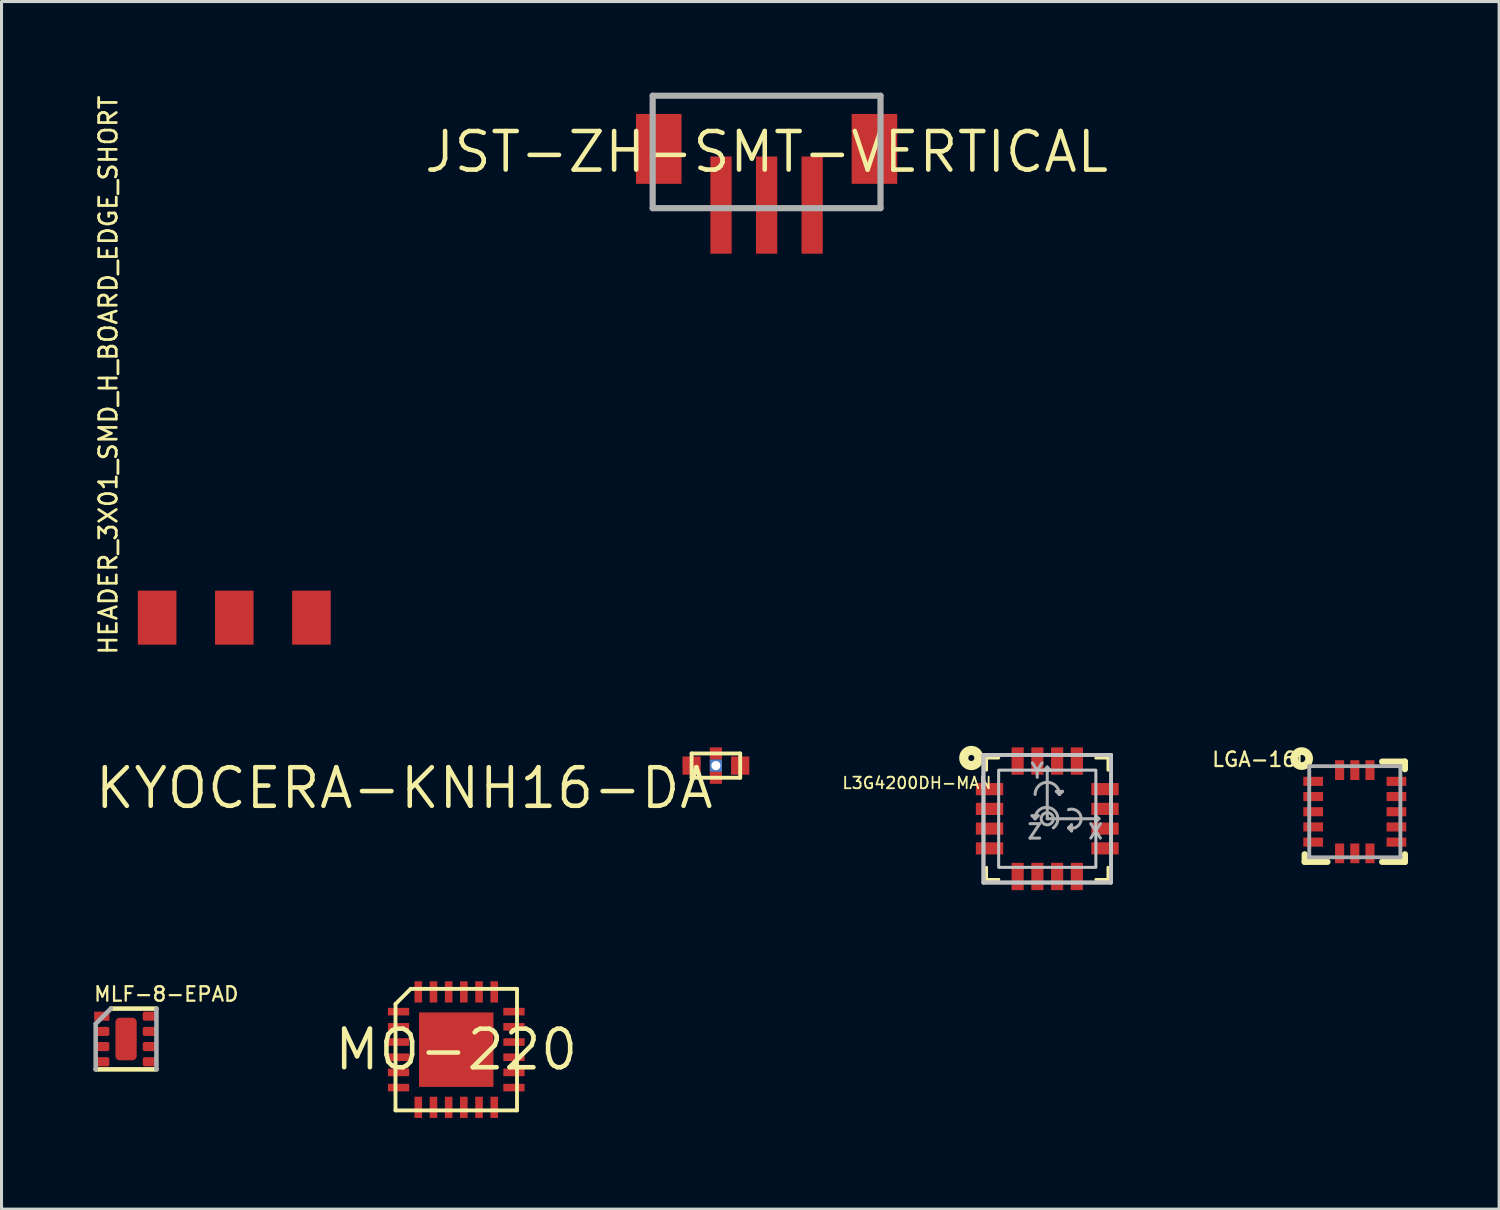
<source format=kicad_pcb>
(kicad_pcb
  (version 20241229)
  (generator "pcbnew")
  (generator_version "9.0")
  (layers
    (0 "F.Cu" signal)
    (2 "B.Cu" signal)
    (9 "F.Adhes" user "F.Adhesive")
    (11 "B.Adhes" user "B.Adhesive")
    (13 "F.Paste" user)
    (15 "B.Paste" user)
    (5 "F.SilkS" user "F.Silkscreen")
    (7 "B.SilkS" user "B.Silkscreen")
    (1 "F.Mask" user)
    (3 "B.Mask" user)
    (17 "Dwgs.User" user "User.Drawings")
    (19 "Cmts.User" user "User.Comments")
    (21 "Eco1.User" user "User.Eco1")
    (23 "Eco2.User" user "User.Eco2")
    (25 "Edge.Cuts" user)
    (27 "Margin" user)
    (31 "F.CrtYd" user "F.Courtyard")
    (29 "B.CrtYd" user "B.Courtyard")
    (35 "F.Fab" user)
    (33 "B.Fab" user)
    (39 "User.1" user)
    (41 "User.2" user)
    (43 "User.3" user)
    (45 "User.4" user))
  (footprint "L3G4200DH-MAN"
    (layer "F.Cu")
    (at 31.424 23.902)
    (property "Reference" "L3G4200DH-MAN" (at -1.8 -1.4 0) (layer "F.SilkS") (effects (font (size 0.38 0.38) (thickness 0.06)) (justify right top)))
    (attr through_hole)
    (fp_line (start -2 -1.6) (end -2 -2) (stroke (width 0.1) (type solid)) (layer "F.SilkS"))
    (fp_line (start -2 2) (end -2 1.6) (stroke (width 0.1) (type solid)) (layer "F.SilkS"))
    (fp_line (start -1.6 -2) (end -2 -2) (stroke (width 0.1) (type solid)) (layer "F.SilkS"))
    (fp_line (start -1.6 2) (end -2 2) (stroke (width 0.1) (type solid)) (layer "F.SilkS"))
    (fp_line (start -1.6 2) (end -2 2) (stroke (width 0.1) (type solid)) (layer "F.SilkS"))
    (fp_line (start 2 -2) (end 1.6 -2) (stroke (width 0.1) (type solid)) (layer "F.SilkS"))
    (fp_line (start 2 -2) (end 2 -1.6) (stroke (width 0.1) (type solid)) (layer "F.SilkS"))
    (fp_line (start 2 1.6) (end 2 2) (stroke (width 0.1) (type solid)) (layer "F.SilkS"))
    (fp_line (start 2 2) (end 1.6 2) (stroke (width 0.1) (type solid)) (layer "F.SilkS"))
    (fp_circle (center -2.5 -2) (end -2.4 -2) (stroke (width 0.3) (type solid)) (fill no) (layer "F.SilkS"))
    (fp_line (start -2.1 -2.1) (end 2.1 -2.1) (stroke (width 0.001) (type solid)) (layer "Dwgs.User"))
    (fp_line (start -2.1 -2.1) (end 2.1 -2.1) (stroke (width 0.127) (type solid)) (layer "Dwgs.User"))
    (fp_line (start -2.1 2.1) (end -2.1 -2.1) (stroke (width 0.001) (type solid)) (layer "Dwgs.User"))
    (fp_line (start -2.1 2.1) (end -2.1 -2.1) (stroke (width 0.127) (type solid)) (layer "Dwgs.User"))
    (fp_line (start 2.1 -2.1) (end 2.1 2.1) (stroke (width 0.001) (type solid)) (layer "Dwgs.User"))
    (fp_line (start 2.1 -2.1) (end 2.1 2.1) (stroke (width 0.127) (type solid)) (layer "Dwgs.User"))
    (fp_line (start 2.1 2.1) (end -2.1 2.1) (stroke (width 0.001) (type solid)) (layer "Dwgs.User"))
    (fp_line (start 2.1 2.1) (end -2.1 2.1) (stroke (width 0.127) (type solid)) (layer "Dwgs.User"))
    (fp_poly (pts (xy -1.6 1.6) (xy 1.6 1.6) (xy 1.6 -1.6) (xy -1.6 -1.6)) (stroke (width 0.1) (type solid)) (fill no) (layer "Dwgs.User"))
    (fp_line (start -2.1 -2.1) (end 2.1 -2.1) (stroke (width 0.127) (type solid)) (layer "F.Fab"))
    (fp_line (start -2.1 2.1) (end -2.1 -2.1) (stroke (width 0.127) (type solid)) (layer "F.Fab"))
    (fp_line (start -0.5 -0.1) (end -0.3 -0.1) (stroke (width 0.1) (type solid)) (layer "F.Fab"))
    (fp_line (start -0.4 0) (end -0.5 -0.1) (stroke (width 0.1) (type solid)) (layer "F.Fab"))
    (fp_line (start -0.3 -0.1) (end -0.4 0) (stroke (width 0.1) (type solid)) (layer "F.Fab"))
    (fp_line (start -0.1 -1.6) (end 0 -1.7) (stroke (width 0.1) (type solid)) (layer "F.Fab"))
    (fp_line (start 0 -1.7) (end 0.1 -1.6) (stroke (width 0.1) (type solid)) (layer "F.Fab"))
    (fp_line (start 0 0) (end 0 -1.7) (stroke (width 0.1) (type solid)) (layer "F.Fab"))
    (fp_line (start 0 0) (end 1.7 0) (stroke (width 0.1) (type solid)) (layer "F.Fab"))
    (fp_line (start 0.1 -1.6) (end -0.1 -1.6) (stroke (width 0.1) (type solid)) (layer "F.Fab"))
    (fp_line (start 0.3 -0.9) (end 0.5 -0.9) (stroke (width 0.1) (type solid)) (layer "F.Fab"))
    (fp_line (start 0.4 -0.8) (end 0.3 -0.9) (stroke (width 0.1) (type solid)) (layer "F.Fab"))
    (fp_line (start 0.5 -0.9) (end 0.4 -0.8) (stroke (width 0.1) (type solid)) (layer "F.Fab"))
    (fp_line (start 0.7 0.3) (end 0.8 0.2) (stroke (width 0.1) (type solid)) (layer "F.Fab"))
    (fp_line (start 0.8 0.2) (end 0.8 0.4) (stroke (width 0.1) (type solid)) (layer "F.Fab"))
    (fp_line (start 0.8 0.4) (end 0.7 0.3) (stroke (width 0.1) (type solid)) (layer "F.Fab"))
    (fp_line (start 1.6 -0.1) (end 1.6 0.1) (stroke (width 0.1) (type solid)) (layer "F.Fab"))
    (fp_line (start 1.6 0.1) (end 1.7 0) (stroke (width 0.1) (type solid)) (layer "F.Fab"))
    (fp_line (start 1.7 0) (end 1.6 -0.1) (stroke (width 0.1) (type solid)) (layer "F.Fab"))
    (fp_line (start 2.1 -2.1) (end 2.1 2.1) (stroke (width 0.127) (type solid)) (layer "F.Fab"))
    (fp_line (start 2.1 2.1) (end -2.1 2.1) (stroke (width 0.127) (type solid)) (layer "F.Fab"))
    (fp_arc (start -0.4 -0.8) (mid 0 -1.2) (end 0.4 -0.8) (stroke (width 0.1) (type solid)) (layer "F.Fab"))
    (fp_arc (start -0.4 0) (mid 0.142705 -0.33541) (end 0.2 0.3) (stroke (width 0.1) (type solid)) (layer "F.Fab"))
    (fp_arc (start 0.7 -0.3) (mid 1.116228 0) (end 0.7 0.3) (stroke (width 0.1) (type solid)) (layer "F.Fab"))
    (fp_circle (center 0 0) (end 0.2 0) (stroke (width 0.1) (type solid)) (fill no) (layer "F.Fab"))
    (fp_text user "Z" (at -0.7 0.7 0) (layer "F.Fab") (effects (font (size 0.475 0.475) (thickness 0.1)) (justify left bottom)))
    (fp_text user "Y" (at -0.6 -1.3 0) (layer "F.Fab") (effects (font (size 0.475 0.475) (thickness 0.1)) (justify left bottom)))
    (fp_text user "X" (at 1.3 0.7 0) (layer "F.Fab") (effects (font (size 0.475 0.475) (thickness 0.1)) (justify left bottom)))
    (pad "1" smd rect (at -1.9 -0.975) (size 0.9 0.4) (layers "F.Cu" "F.Mask" "F.Paste"))
    (pad "2" smd rect (at -1.9 -0.325) (size 0.9 0.4) (layers "F.Cu" "F.Mask" "F.Paste"))
    (pad "3" smd rect (at -1.9 0.325) (size 0.9 0.4) (layers "F.Cu" "F.Mask" "F.Paste"))
    (pad "4" smd rect (at -1.9 0.975) (size 0.9 0.4) (layers "F.Cu" "F.Mask" "F.Paste"))
    (pad "5" smd rect (at -0.975 1.9) (size 0.4 0.9) (layers "F.Cu" "F.Mask" "F.Paste"))
    (pad "6" smd rect (at -0.325 1.9) (size 0.4 0.9) (layers "F.Cu" "F.Mask" "F.Paste"))
    (pad "7" smd rect (at 0.325 1.9) (size 0.4 0.9) (layers "F.Cu" "F.Mask" "F.Paste"))
    (pad "8" smd rect (at 0.975 1.9) (size 0.4 0.9) (layers "F.Cu" "F.Mask" "F.Paste"))
    (pad "9" smd rect (at 1.9 0.975) (size 0.9 0.4) (layers "F.Cu" "F.Mask" "F.Paste"))
    (pad "10" smd rect (at 1.9 0.325) (size 0.9 0.4) (layers "F.Cu" "F.Mask" "F.Paste"))
    (pad "11" smd rect (at 1.9 -0.325) (size 0.9 0.4) (layers "F.Cu" "F.Mask" "F.Paste"))
    (pad "12" smd rect (at 1.9 -0.975) (size 0.9 0.4) (layers "F.Cu" "F.Mask" "F.Paste"))
    (pad "13" smd rect (at 0.975 -1.9) (size 0.4 0.9) (layers "F.Cu" "F.Mask" "F.Paste"))
    (pad "14" smd rect (at 0.325 -1.9) (size 0.4 0.9) (layers "F.Cu" "F.Mask" "F.Paste"))
    (pad "15" smd rect (at -0.325 -1.9) (size 0.4 0.9) (layers "F.Cu" "F.Mask" "F.Paste"))
    (pad "16" smd rect (at -0.975 -1.9) (size 0.4 0.9) (layers "F.Cu" "F.Mask" "F.Paste")))
  (footprint "KYOCERA-KNH16-DA"
    (layer "F.Cu")
    (at 20.516 22.152)
    (property "Reference" "KYOCERA-KNH16-DA" (at 0 0 0) (layer "F.SilkS") (effects (font (size 1.27 1.27) (thickness 0.15)) (justify right top)))
    (attr through_hole)
    (fp_line (start -0.8 -0.4) (end 0.8 -0.4) (stroke (width 0.127) (type solid)) (layer "F.SilkS"))
    (fp_line (start -0.8 0.4) (end -0.8 -0.4) (stroke (width 0.127) (type solid)) (layer "F.SilkS"))
    (fp_line (start 0.8 -0.4) (end 0.8 0.4) (stroke (width 0.127) (type solid)) (layer "F.SilkS"))
    (fp_line (start 0.8 0.4) (end -0.8 0.4) (stroke (width 0.127) (type solid)) (layer "F.SilkS"))
    (pad "P$1" smd rect (at -0.8 0) (size 0.6 0.6) (layers "F.Cu" "F.Mask" "F.Paste"))
    (pad "P$2" smd rect (at 0.8 0) (size 0.6 0.6) (layers "F.Cu" "F.Mask" "F.Paste"))
    (pad "P$3" smd rect (at 0 0.4) (size 0.4 0.4) (layers "F.Cu" "F.Mask" "F.Paste"))
    (pad "P$4" smd rect (at 0 -0.4) (size 0.4 0.4) (layers "F.Cu" "F.Mask" "F.Paste"))
    (pad "P$5" thru_hole rect (at 0 0) (size 0.4 0.4) (drill 0.3) (layers "*.Cu" "*.Mask")))
  (footprint "MO-220"
    (layer "F.Cu")
    (at 11.969 31.502)
    (property "Reference" "MO-220" (at 0 0 0) (layer "F.SilkS") (effects (font (size 1.27 1.27) (thickness 0.15))))
    (attr through_hole)
    (fp_line (start -2 -1.5) (end -2 2) (stroke (width 0.127) (type solid)) (layer "F.SilkS"))
    (fp_line (start -2 2) (end 2 2) (stroke (width 0.127) (type solid)) (layer "F.SilkS"))
    (fp_line (start -1.5 -2) (end -2 -1.5) (stroke (width 0.127) (type solid)) (layer "F.SilkS"))
    (fp_line (start 2 -2) (end -1.5 -2) (stroke (width 0.127) (type solid)) (layer "F.SilkS"))
    (fp_line (start 2 2) (end 2 -2) (stroke (width 0.127) (type solid)) (layer "F.SilkS"))
    (fp_poly (pts (xy -0.5 0.5) (xy 0.5 0.5) (xy 0.5 -0.5) (xy -0.5 -0.5)) (stroke (width 0) (type solid)) (fill yes) (layer "F.Paste"))
    (pad "P$1" smd rect (at -1.9 -1.25 90) (size 0.25 0.7) (layers "F.Cu" "F.Mask" "F.Paste"))
    (pad "P$2" smd rect (at -1.9 -0.75 90) (size 0.25 0.7) (layers "F.Cu" "F.Mask" "F.Paste"))
    (pad "P$3" smd rect (at -1.9 -0.25 90) (size 0.25 0.7) (layers "F.Cu" "F.Mask" "F.Paste"))
    (pad "P$4" smd rect (at -1.9 0.25 90) (size 0.25 0.7) (layers "F.Cu" "F.Mask" "F.Paste"))
    (pad "P$5" smd rect (at -1.9 0.75 90) (size 0.25 0.7) (layers "F.Cu" "F.Mask" "F.Paste"))
    (pad "P$6" smd rect (at -1.9 1.25 90) (size 0.25 0.7) (layers "F.Cu" "F.Mask" "F.Paste"))
    (pad "P$7" smd rect (at -1.25 1.9 180) (size 0.25 0.7) (layers "F.Cu" "F.Mask" "F.Paste"))
    (pad "P$8" smd rect (at -0.75 1.9 180) (size 0.25 0.7) (layers "F.Cu" "F.Mask" "F.Paste"))
    (pad "P$9" smd rect (at -0.25 1.9 180) (size 0.25 0.7) (layers "F.Cu" "F.Mask" "F.Paste"))
    (pad "P$10" smd rect (at 0.25 1.9 180) (size 0.25 0.7) (layers "F.Cu" "F.Mask" "F.Paste"))
    (pad "P$11" smd rect (at 0.75 1.9 180) (size 0.25 0.7) (layers "F.Cu" "F.Mask" "F.Paste"))
    (pad "P$12" smd rect (at 1.25 1.9 180) (size 0.25 0.7) (layers "F.Cu" "F.Mask" "F.Paste"))
    (pad "P$13" smd rect (at 1.9 1.25 270) (size 0.25 0.7) (layers "F.Cu" "F.Mask" "F.Paste"))
    (pad "P$14" smd rect (at 1.9 0.75 270) (size 0.25 0.7) (layers "F.Cu" "F.Mask" "F.Paste"))
    (pad "P$15" smd rect (at 1.9 0.25 270) (size 0.25 0.7) (layers "F.Cu" "F.Mask" "F.Paste"))
    (pad "P$16" smd rect (at 1.9 -0.25 270) (size 0.25 0.7) (layers "F.Cu" "F.Mask" "F.Paste"))
    (pad "P$17" smd rect (at 1.9 -0.75 270) (size 0.25 0.7) (layers "F.Cu" "F.Mask" "F.Paste"))
    (pad "P$18" smd rect (at 1.9 -1.25 270) (size 0.25 0.7) (layers "F.Cu" "F.Mask" "F.Paste"))
    (pad "P$19" smd rect (at 1.25 -1.9) (size 0.25 0.7) (layers "F.Cu" "F.Mask" "F.Paste"))
    (pad "P$20" smd rect (at 0.75 -1.9) (size 0.25 0.7) (layers "F.Cu" "F.Mask" "F.Paste"))
    (pad "P$21" smd rect (at 0.25 -1.9) (size 0.25 0.7) (layers "F.Cu" "F.Mask" "F.Paste"))
    (pad "P$22" smd rect (at -0.25 -1.9) (size 0.25 0.7) (layers "F.Cu" "F.Mask" "F.Paste"))
    (pad "P$23" smd rect (at -0.75 -1.9) (size 0.25 0.7) (layers "F.Cu" "F.Mask" "F.Paste"))
    (pad "P$24" smd rect (at -1.25 -1.9) (size 0.25 0.7) (layers "F.Cu" "F.Mask" "F.Paste"))
    (pad "P$25" smd rect (at 0 0) (size 2.45 2.45) (layers "F.Cu" "F.Mask")))
  (footprint "LGA-16L"
    (layer "F.Cu")
    (at 41.548 23.671)
    (property "Reference" "LGA-16L" (at -1.5 -2 0) (layer "F.SilkS") (effects (font (size 0.475 0.475) (thickness 0.075)) (justify right top)))
    (attr through_hole)
    (fp_line (start -1.65 1.4) (end -1.65 1.65) (stroke (width 0.203) (type solid)) (layer "F.SilkS"))
    (fp_line (start -1.65 1.65) (end -0.9 1.65) (stroke (width 0.203) (type solid)) (layer "F.SilkS"))
    (fp_line (start 0.9 -1.65) (end 1.65 -1.65) (stroke (width 0.203) (type solid)) (layer "F.SilkS"))
    (fp_line (start 0.9 1.65) (end 1.65 1.65) (stroke (width 0.203) (type solid)) (layer "F.SilkS"))
    (fp_line (start 1.65 -1.65) (end 1.65 -1.4) (stroke (width 0.203) (type solid)) (layer "F.SilkS"))
    (fp_line (start 1.65 1.65) (end 1.65 1.4) (stroke (width 0.203) (type solid)) (layer "F.SilkS"))
    (fp_circle (center -1.75 -1.75) (end -1.63 -1.75) (stroke (width 0.254) (type solid)) (fill no) (layer "F.SilkS"))
    (fp_line (start -1.5 -1.5) (end 1.5 -1.5) (stroke (width 0.127) (type solid)) (layer "F.Fab"))
    (fp_line (start -1.5 1.5) (end -1.5 -1.5) (stroke (width 0.127) (type solid)) (layer "F.Fab"))
    (fp_line (start 1.5 -1.5) (end 1.5 1.5) (stroke (width 0.127) (type solid)) (layer "F.Fab"))
    (fp_line (start 1.5 1.5) (end -1.5 1.5) (stroke (width 0.127) (type solid)) (layer "F.Fab"))
    (pad "1" smd rect (at -1.37 -1) (size 0.65 0.3) (layers "F.Cu" "F.Mask" "F.Paste"))
    (pad "2" smd rect (at -1.37 -0.5) (size 0.65 0.3) (layers "F.Cu" "F.Mask" "F.Paste"))
    (pad "3" smd rect (at -1.37 0) (size 0.65 0.3) (layers "F.Cu" "F.Mask" "F.Paste"))
    (pad "4" smd rect (at -1.37 0.5) (size 0.65 0.3) (layers "F.Cu" "F.Mask" "F.Paste"))
    (pad "5" smd rect (at -1.37 1) (size 0.65 0.3) (layers "F.Cu" "F.Mask" "F.Paste"))
    (pad "6" smd rect (at -0.5 1.37 90) (size 0.65 0.3) (layers "F.Cu" "F.Mask" "F.Paste"))
    (pad "7" smd rect (at 0 1.37 90) (size 0.65 0.3) (layers "F.Cu" "F.Mask" "F.Paste"))
    (pad "8" smd rect (at 0.5 1.37 90) (size 0.65 0.3) (layers "F.Cu" "F.Mask" "F.Paste"))
    (pad "9" smd rect (at 1.37 1 180) (size 0.65 0.3) (layers "F.Cu" "F.Mask" "F.Paste"))
    (pad "10" smd rect (at 1.37 0.5 180) (size 0.65 0.3) (layers "F.Cu" "F.Mask" "F.Paste"))
    (pad "11" smd rect (at 1.37 0 180) (size 0.65 0.3) (layers "F.Cu" "F.Mask" "F.Paste"))
    (pad "12" smd rect (at 1.37 -0.5 180) (size 0.65 0.3) (layers "F.Cu" "F.Mask" "F.Paste"))
    (pad "13" smd rect (at 1.37 -1 180) (size 0.65 0.3) (layers "F.Cu" "F.Mask" "F.Paste"))
    (pad "14" smd rect (at 0.5 -1.37 270) (size 0.65 0.3) (layers "F.Cu" "F.Mask" "F.Paste"))
    (pad "15" smd rect (at 0 -1.37 270) (size 0.65 0.3) (layers "F.Cu" "F.Mask" "F.Paste"))
    (pad "16" smd rect (at -0.5 -1.37 270) (size 0.65 0.3) (layers "F.Cu" "F.Mask" "F.Paste")))
  (footprint "JST-ZH-SMT-VERTICAL"
    (layer "F.Cu")
    (at 22.185 1.952)
    (property "Reference" "JST-ZH-SMT-VERTICAL" (at 0 0 0) (layer "F.SilkS") (effects (font (size 1.27 1.27) (thickness 0.15))))
    (attr through_hole)
    (fp_line (start -3.75 -1.85) (end 3.75 -1.85) (stroke (width 0.203) (type solid)) (layer "F.Fab"))
    (fp_line (start -3.75 1.85) (end -3.75 -1.85) (stroke (width 0.203) (type solid)) (layer "F.Fab"))
    (fp_line (start -3.75 1.85) (end 3.75 1.85) (stroke (width 0.203) (type solid)) (layer "F.Fab"))
    (fp_line (start 3.75 1.85) (end 3.75 -1.85) (stroke (width 0.203) (type solid)) (layer "F.Fab"))
    (pad "P$1" smd rect (at -1.5 1.75 270) (size 3.2 0.7) (layers "F.Cu" "F.Mask" "F.Paste"))
    (pad "P$2" smd rect (at 0 1.75 270) (size 3.2 0.7) (layers "F.Cu" "F.Mask" "F.Paste"))
    (pad "P$3" smd rect (at 1.5 1.75 270) (size 3.2 0.7) (layers "F.Cu" "F.Mask" "F.Paste"))
    (pad "P$4" smd rect (at 3.55 -0.1 90) (size 2.3 1.5) (layers "F.Cu" "F.Mask" "F.Paste"))
    (pad "P$5" smd rect (at -3.55 -0.1 90) (size 2.3 1.5) (layers "F.Cu" "F.Mask" "F.Paste")))
  (footprint "HEADER_3X01_SMD_H_BOARD_EDGE_SHORT"
    (layer "F.Cu")
    (at 4.663 17.282)
    (property "Reference" "HEADER_3X01_SMD_H_BOARD_EDGE_SHORT" (at -3.81 1.27 90) (layer "F.SilkS") (effects (font (size 0.579 0.579) (thickness 0.091)) (justify left bottom)))
    (attr through_hole)
    (pad "1" smd rect (at -2.54 0 90) (size 1.778 1.27) (layers "F.Cu" "F.Mask" "F.Paste"))
    (pad "2" smd rect (at 0 0 90) (size 1.778 1.27) (layers "F.Cu" "F.Mask" "F.Paste"))
    (pad "3" smd rect (at 2.54 0 90) (size 1.778 1.27) (layers "F.Cu" "F.Mask" "F.Paste")))
  (footprint "MLF-8-EPAD"
    (layer "F.Cu")
    (at 1.1 31.152)
    (property "Reference" "MLF-8-EPAD" (at -1.1 -1.2 0) (layer "F.SilkS") (effects (font (size 0.475 0.475) (thickness 0.075)) (justify left bottom)))
    (attr through_hole)
    (fp_line (start -0.5 -1) (end 1 -1) (stroke (width 0.15) (type solid)) (layer "F.SilkS"))
    (fp_line (start 1 1) (end -1 1) (stroke (width 0.15) (type solid)) (layer "F.SilkS"))
    (fp_line (start -1 -0.5) (end -0.5 -1) (stroke (width 0.15) (type solid)) (layer "F.Fab"))
    (fp_line (start -1 1) (end -1 -0.5) (stroke (width 0.15) (type solid)) (layer "F.Fab"))
    (fp_line (start 1 -1) (end 1 1) (stroke (width 0.15) (type solid)) (layer "F.Fab"))
    (pad "1" smd rect (at -0.8 -0.75) (size 0.5 0.3) (layers "F.Cu" "F.Mask" "F.Paste"))
    (pad "2" smd roundrect (at -0.8 -0.25) (size 0.5 0.3) (layers "F.Cu" "F.Mask" "F.Paste") (roundrect_rratio 0.2))
    (pad "3" smd roundrect (at -0.8 0.25) (size 0.5 0.3) (layers "F.Cu" "F.Mask" "F.Paste") (roundrect_rratio 0.2))
    (pad "4" smd roundrect (at -0.8 0.75) (size 0.5 0.3) (layers "F.Cu" "F.Mask" "F.Paste") (roundrect_rratio 0.2))
    (pad "5" smd roundrect (at 0.8 0.75) (size 0.5 0.3) (layers "F.Cu" "F.Mask" "F.Paste") (roundrect_rratio 0.2))
    (pad "6" smd roundrect (at 0.8 0.25) (size 0.5 0.3) (layers "F.Cu" "F.Mask" "F.Paste") (roundrect_rratio 0.2))
    (pad "7" smd roundrect (at 0.8 -0.25) (size 0.5 0.3) (layers "F.Cu" "F.Mask" "F.Paste") (roundrect_rratio 0.2))
    (pad "8" smd roundrect (at 0.8 -0.75) (size 0.5 0.3) (layers "F.Cu" "F.Mask" "F.Paste") (roundrect_rratio 0.2))
    (pad "GND" smd roundrect (at 0 0) (size 0.7 1.4) (layers "F.Cu" "F.Mask" "F.Paste") (roundrect_rratio 0.2)))
  (gr_rect
    (start -3 -3)
    (end 46.299 36.752)
    (stroke (width 0.1) (type default))
    (fill no)
    (layer "Edge.Cuts")))
</source>
